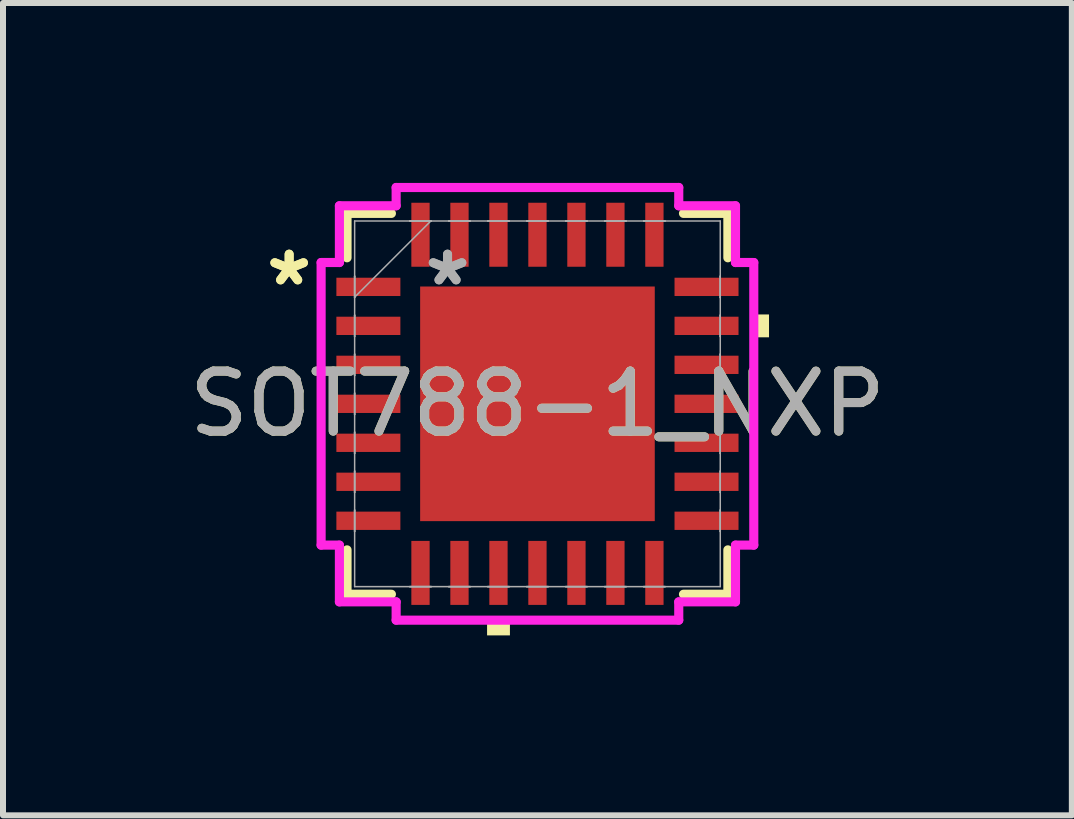
<source format=kicad_pcb>
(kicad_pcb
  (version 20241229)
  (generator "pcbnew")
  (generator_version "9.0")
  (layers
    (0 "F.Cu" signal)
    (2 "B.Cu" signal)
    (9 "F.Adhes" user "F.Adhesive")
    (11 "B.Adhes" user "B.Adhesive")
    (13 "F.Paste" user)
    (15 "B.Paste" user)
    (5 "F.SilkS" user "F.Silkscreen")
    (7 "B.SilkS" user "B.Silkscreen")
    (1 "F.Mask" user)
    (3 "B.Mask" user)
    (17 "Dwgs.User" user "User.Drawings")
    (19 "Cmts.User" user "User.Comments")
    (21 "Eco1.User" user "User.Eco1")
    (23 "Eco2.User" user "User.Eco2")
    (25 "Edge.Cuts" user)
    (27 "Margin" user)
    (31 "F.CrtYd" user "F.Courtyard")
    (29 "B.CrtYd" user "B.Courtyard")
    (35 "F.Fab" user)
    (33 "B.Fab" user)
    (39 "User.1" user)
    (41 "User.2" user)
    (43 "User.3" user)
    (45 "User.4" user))
  (footprint "SOT788-1_NXP"
    (layer "F.Cu")
    (at 5.911 3.683)
    (property "Reference" "SOT788-1_NXP" (at 0 0 0) (unlocked yes) (layer "F.SilkS") (effects (font (size 1 1) (thickness 0.15))))
    (attr smd)
    (fp_line (start -3.175 -3.175) (end -3.175 -2.435) (stroke (width 0.152) (type solid)) (layer "F.SilkS"))
    (fp_line (start -3.175 2.435) (end -3.175 3.175) (stroke (width 0.152) (type solid)) (layer "F.SilkS"))
    (fp_line (start -3.175 3.175) (end -2.435 3.175) (stroke (width 0.152) (type solid)) (layer "F.SilkS"))
    (fp_line (start -2.435 -3.175) (end -3.175 -3.175) (stroke (width 0.152) (type solid)) (layer "F.SilkS"))
    (fp_line (start 2.435 3.175) (end 3.175 3.175) (stroke (width 0.152) (type solid)) (layer "F.SilkS"))
    (fp_line (start 3.175 -3.175) (end 2.435 -3.175) (stroke (width 0.152) (type solid)) (layer "F.SilkS"))
    (fp_line (start 3.175 -2.435) (end 3.175 -3.175) (stroke (width 0.152) (type solid)) (layer "F.SilkS"))
    (fp_line (start 3.175 3.175) (end 3.175 2.435) (stroke (width 0.152) (type solid)) (layer "F.SilkS"))
    (fp_poly (pts (xy -0.84 3.607) (xy -0.84 3.861) (xy -0.459 3.861) (xy -0.459 3.607)) (stroke (width 0) (type solid)) (fill yes) (layer "F.SilkS"))
    (fp_poly (pts (xy 3.861 -1.49) (xy 3.861 -1.109) (xy 3.607 -1.109) (xy 3.607 -1.49)) (stroke (width 0) (type solid)) (fill yes) (layer "F.SilkS"))
    (fp_line (start -3.607 -2.356) (end -3.302 -2.356) (stroke (width 0.152) (type solid)) (layer "F.CrtYd"))
    (fp_line (start -3.607 2.356) (end -3.607 -2.356) (stroke (width 0.152) (type solid)) (layer "F.CrtYd"))
    (fp_line (start -3.302 -3.302) (end -2.356 -3.302) (stroke (width 0.152) (type solid)) (layer "F.CrtYd"))
    (fp_line (start -3.302 -2.356) (end -3.302 -3.302) (stroke (width 0.152) (type solid)) (layer "F.CrtYd"))
    (fp_line (start -3.302 2.356) (end -3.607 2.356) (stroke (width 0.152) (type solid)) (layer "F.CrtYd"))
    (fp_line (start -3.302 3.302) (end -3.302 2.356) (stroke (width 0.152) (type solid)) (layer "F.CrtYd"))
    (fp_line (start -2.356 -3.607) (end 2.356 -3.607) (stroke (width 0.152) (type solid)) (layer "F.CrtYd"))
    (fp_line (start -2.356 -3.302) (end -2.356 -3.607) (stroke (width 0.152) (type solid)) (layer "F.CrtYd"))
    (fp_line (start -2.356 3.302) (end -3.302 3.302) (stroke (width 0.152) (type solid)) (layer "F.CrtYd"))
    (fp_line (start -2.356 3.607) (end -2.356 3.302) (stroke (width 0.152) (type solid)) (layer "F.CrtYd"))
    (fp_line (start 2.356 -3.607) (end 2.356 -3.302) (stroke (width 0.152) (type solid)) (layer "F.CrtYd"))
    (fp_line (start 2.356 -3.302) (end 3.302 -3.302) (stroke (width 0.152) (type solid)) (layer "F.CrtYd"))
    (fp_line (start 2.356 3.302) (end 2.356 3.607) (stroke (width 0.152) (type solid)) (layer "F.CrtYd"))
    (fp_line (start 2.356 3.607) (end -2.356 3.607) (stroke (width 0.152) (type solid)) (layer "F.CrtYd"))
    (fp_line (start 3.302 -3.302) (end 3.302 -2.356) (stroke (width 0.152) (type solid)) (layer "F.CrtYd"))
    (fp_line (start 3.302 -2.356) (end 3.607 -2.356) (stroke (width 0.152) (type solid)) (layer "F.CrtYd"))
    (fp_line (start 3.302 2.356) (end 3.302 3.302) (stroke (width 0.152) (type solid)) (layer "F.CrtYd"))
    (fp_line (start 3.302 3.302) (end 2.356 3.302) (stroke (width 0.152) (type solid)) (layer "F.CrtYd"))
    (fp_line (start 3.607 -2.356) (end 3.607 2.356) (stroke (width 0.152) (type solid)) (layer "F.CrtYd"))
    (fp_line (start 3.607 2.356) (end 3.302 2.356) (stroke (width 0.152) (type solid)) (layer "F.CrtYd"))
    (fp_line (start -3.048 -3.048) (end -3.048 3.048) (stroke (width 0.025) (type solid)) (layer "F.Fab"))
    (fp_line (start -3.048 -2.128) (end -3.048 -2.128) (stroke (width 0.025) (type solid)) (layer "F.Fab"))
    (fp_line (start -3.048 -2.128) (end -3.048 -1.772) (stroke (width 0.025) (type solid)) (layer "F.Fab"))
    (fp_line (start -3.048 -1.778) (end -1.778 -3.048) (stroke (width 0.025) (type solid)) (layer "F.Fab"))
    (fp_line (start -3.048 -1.772) (end -3.048 -2.128) (stroke (width 0.025) (type solid)) (layer "F.Fab"))
    (fp_line (start -3.048 -1.772) (end -3.048 -1.772) (stroke (width 0.025) (type solid)) (layer "F.Fab"))
    (fp_line (start -3.048 -1.478) (end -3.048 -1.478) (stroke (width 0.025) (type solid)) (layer "F.Fab"))
    (fp_line (start -3.048 -1.478) (end -3.048 -1.122) (stroke (width 0.025) (type solid)) (layer "F.Fab"))
    (fp_line (start -3.048 -1.122) (end -3.048 -1.478) (stroke (width 0.025) (type solid)) (layer "F.Fab"))
    (fp_line (start -3.048 -1.122) (end -3.048 -1.122) (stroke (width 0.025) (type solid)) (layer "F.Fab"))
    (fp_line (start -3.048 -0.828) (end -3.048 -0.828) (stroke (width 0.025) (type solid)) (layer "F.Fab"))
    (fp_line (start -3.048 -0.828) (end -3.048 -0.472) (stroke (width 0.025) (type solid)) (layer "F.Fab"))
    (fp_line (start -3.048 -0.472) (end -3.048 -0.828) (stroke (width 0.025) (type solid)) (layer "F.Fab"))
    (fp_line (start -3.048 -0.472) (end -3.048 -0.472) (stroke (width 0.025) (type solid)) (layer "F.Fab"))
    (fp_line (start -3.048 -0.178) (end -3.048 -0.178) (stroke (width 0.025) (type solid)) (layer "F.Fab"))
    (fp_line (start -3.048 -0.178) (end -3.048 0.178) (stroke (width 0.025) (type solid)) (layer "F.Fab"))
    (fp_line (start -3.048 0.178) (end -3.048 -0.178) (stroke (width 0.025) (type solid)) (layer "F.Fab"))
    (fp_line (start -3.048 0.178) (end -3.048 0.178) (stroke (width 0.025) (type solid)) (layer "F.Fab"))
    (fp_line (start -3.048 0.472) (end -3.048 0.472) (stroke (width 0.025) (type solid)) (layer "F.Fab"))
    (fp_line (start -3.048 0.472) (end -3.048 0.828) (stroke (width 0.025) (type solid)) (layer "F.Fab"))
    (fp_line (start -3.048 0.828) (end -3.048 0.472) (stroke (width 0.025) (type solid)) (layer "F.Fab"))
    (fp_line (start -3.048 0.828) (end -3.048 0.828) (stroke (width 0.025) (type solid)) (layer "F.Fab"))
    (fp_line (start -3.048 1.122) (end -3.048 1.122) (stroke (width 0.025) (type solid)) (layer "F.Fab"))
    (fp_line (start -3.048 1.122) (end -3.048 1.478) (stroke (width 0.025) (type solid)) (layer "F.Fab"))
    (fp_line (start -3.048 1.478) (end -3.048 1.122) (stroke (width 0.025) (type solid)) (layer "F.Fab"))
    (fp_line (start -3.048 1.478) (end -3.048 1.478) (stroke (width 0.025) (type solid)) (layer "F.Fab"))
    (fp_line (start -3.048 1.772) (end -3.048 1.772) (stroke (width 0.025) (type solid)) (layer "F.Fab"))
    (fp_line (start -3.048 1.772) (end -3.048 2.128) (stroke (width 0.025) (type solid)) (layer "F.Fab"))
    (fp_line (start -3.048 2.128) (end -3.048 1.772) (stroke (width 0.025) (type solid)) (layer "F.Fab"))
    (fp_line (start -3.048 2.128) (end -3.048 2.128) (stroke (width 0.025) (type solid)) (layer "F.Fab"))
    (fp_line (start -3.048 3.048) (end 3.048 3.048) (stroke (width 0.025) (type solid)) (layer "F.Fab"))
    (fp_line (start -2.128 -3.048) (end -2.128 -3.048) (stroke (width 0.025) (type solid)) (layer "F.Fab"))
    (fp_line (start -2.128 -3.048) (end -1.772 -3.048) (stroke (width 0.025) (type solid)) (layer "F.Fab"))
    (fp_line (start -2.128 3.048) (end -2.128 3.048) (stroke (width 0.025) (type solid)) (layer "F.Fab"))
    (fp_line (start -2.128 3.048) (end -1.772 3.048) (stroke (width 0.025) (type solid)) (layer "F.Fab"))
    (fp_line (start -1.772 -3.048) (end -2.128 -3.048) (stroke (width 0.025) (type solid)) (layer "F.Fab"))
    (fp_line (start -1.772 -3.048) (end -1.772 -3.048) (stroke (width 0.025) (type solid)) (layer "F.Fab"))
    (fp_line (start -1.772 3.048) (end -2.128 3.048) (stroke (width 0.025) (type solid)) (layer "F.Fab"))
    (fp_line (start -1.772 3.048) (end -1.772 3.048) (stroke (width 0.025) (type solid)) (layer "F.Fab"))
    (fp_line (start -1.478 -3.048) (end -1.478 -3.048) (stroke (width 0.025) (type solid)) (layer "F.Fab"))
    (fp_line (start -1.478 -3.048) (end -1.122 -3.048) (stroke (width 0.025) (type solid)) (layer "F.Fab"))
    (fp_line (start -1.478 3.048) (end -1.478 3.048) (stroke (width 0.025) (type solid)) (layer "F.Fab"))
    (fp_line (start -1.478 3.048) (end -1.122 3.048) (stroke (width 0.025) (type solid)) (layer "F.Fab"))
    (fp_line (start -1.122 -3.048) (end -1.478 -3.048) (stroke (width 0.025) (type solid)) (layer "F.Fab"))
    (fp_line (start -1.122 -3.048) (end -1.122 -3.048) (stroke (width 0.025) (type solid)) (layer "F.Fab"))
    (fp_line (start -1.122 3.048) (end -1.478 3.048) (stroke (width 0.025) (type solid)) (layer "F.Fab"))
    (fp_line (start -1.122 3.048) (end -1.122 3.048) (stroke (width 0.025) (type solid)) (layer "F.Fab"))
    (fp_line (start -0.828 -3.048) (end -0.828 -3.048) (stroke (width 0.025) (type solid)) (layer "F.Fab"))
    (fp_line (start -0.828 -3.048) (end -0.472 -3.048) (stroke (width 0.025) (type solid)) (layer "F.Fab"))
    (fp_line (start -0.828 3.048) (end -0.828 3.048) (stroke (width 0.025) (type solid)) (layer "F.Fab"))
    (fp_line (start -0.828 3.048) (end -0.472 3.048) (stroke (width 0.025) (type solid)) (layer "F.Fab"))
    (fp_line (start -0.472 -3.048) (end -0.828 -3.048) (stroke (width 0.025) (type solid)) (layer "F.Fab"))
    (fp_line (start -0.472 -3.048) (end -0.472 -3.048) (stroke (width 0.025) (type solid)) (layer "F.Fab"))
    (fp_line (start -0.472 3.048) (end -0.828 3.048) (stroke (width 0.025) (type solid)) (layer "F.Fab"))
    (fp_line (start -0.472 3.048) (end -0.472 3.048) (stroke (width 0.025) (type solid)) (layer "F.Fab"))
    (fp_line (start -0.178 -3.048) (end -0.178 -3.048) (stroke (width 0.025) (type solid)) (layer "F.Fab"))
    (fp_line (start -0.178 -3.048) (end 0.178 -3.048) (stroke (width 0.025) (type solid)) (layer "F.Fab"))
    (fp_line (start -0.178 3.048) (end -0.178 3.048) (stroke (width 0.025) (type solid)) (layer "F.Fab"))
    (fp_line (start -0.178 3.048) (end 0.178 3.048) (stroke (width 0.025) (type solid)) (layer "F.Fab"))
    (fp_line (start 0.178 -3.048) (end -0.178 -3.048) (stroke (width 0.025) (type solid)) (layer "F.Fab"))
    (fp_line (start 0.178 -3.048) (end 0.178 -3.048) (stroke (width 0.025) (type solid)) (layer "F.Fab"))
    (fp_line (start 0.178 3.048) (end -0.178 3.048) (stroke (width 0.025) (type solid)) (layer "F.Fab"))
    (fp_line (start 0.178 3.048) (end 0.178 3.048) (stroke (width 0.025) (type solid)) (layer "F.Fab"))
    (fp_line (start 0.472 -3.048) (end 0.472 -3.048) (stroke (width 0.025) (type solid)) (layer "F.Fab"))
    (fp_line (start 0.472 -3.048) (end 0.828 -3.048) (stroke (width 0.025) (type solid)) (layer "F.Fab"))
    (fp_line (start 0.472 3.048) (end 0.472 3.048) (stroke (width 0.025) (type solid)) (layer "F.Fab"))
    (fp_line (start 0.472 3.048) (end 0.828 3.048) (stroke (width 0.025) (type solid)) (layer "F.Fab"))
    (fp_line (start 0.828 -3.048) (end 0.472 -3.048) (stroke (width 0.025) (type solid)) (layer "F.Fab"))
    (fp_line (start 0.828 -3.048) (end 0.828 -3.048) (stroke (width 0.025) (type solid)) (layer "F.Fab"))
    (fp_line (start 0.828 3.048) (end 0.472 3.048) (stroke (width 0.025) (type solid)) (layer "F.Fab"))
    (fp_line (start 0.828 3.048) (end 0.828 3.048) (stroke (width 0.025) (type solid)) (layer "F.Fab"))
    (fp_line (start 1.122 -3.048) (end 1.122 -3.048) (stroke (width 0.025) (type solid)) (layer "F.Fab"))
    (fp_line (start 1.122 -3.048) (end 1.478 -3.048) (stroke (width 0.025) (type solid)) (layer "F.Fab"))
    (fp_line (start 1.122 3.048) (end 1.122 3.048) (stroke (width 0.025) (type solid)) (layer "F.Fab"))
    (fp_line (start 1.122 3.048) (end 1.478 3.048) (stroke (width 0.025) (type solid)) (layer "F.Fab"))
    (fp_line (start 1.478 -3.048) (end 1.122 -3.048) (stroke (width 0.025) (type solid)) (layer "F.Fab"))
    (fp_line (start 1.478 -3.048) (end 1.478 -3.048) (stroke (width 0.025) (type solid)) (layer "F.Fab"))
    (fp_line (start 1.478 3.048) (end 1.122 3.048) (stroke (width 0.025) (type solid)) (layer "F.Fab"))
    (fp_line (start 1.478 3.048) (end 1.478 3.048) (stroke (width 0.025) (type solid)) (layer "F.Fab"))
    (fp_line (start 1.772 -3.048) (end 1.772 -3.048) (stroke (width 0.025) (type solid)) (layer "F.Fab"))
    (fp_line (start 1.772 -3.048) (end 2.128 -3.048) (stroke (width 0.025) (type solid)) (layer "F.Fab"))
    (fp_line (start 1.772 3.048) (end 1.772 3.048) (stroke (width 0.025) (type solid)) (layer "F.Fab"))
    (fp_line (start 1.772 3.048) (end 2.128 3.048) (stroke (width 0.025) (type solid)) (layer "F.Fab"))
    (fp_line (start 2.128 -3.048) (end 1.772 -3.048) (stroke (width 0.025) (type solid)) (layer "F.Fab"))
    (fp_line (start 2.128 -3.048) (end 2.128 -3.048) (stroke (width 0.025) (type solid)) (layer "F.Fab"))
    (fp_line (start 2.128 3.048) (end 1.772 3.048) (stroke (width 0.025) (type solid)) (layer "F.Fab"))
    (fp_line (start 2.128 3.048) (end 2.128 3.048) (stroke (width 0.025) (type solid)) (layer "F.Fab"))
    (fp_line (start 3.048 -3.048) (end -3.048 -3.048) (stroke (width 0.025) (type solid)) (layer "F.Fab"))
    (fp_line (start 3.048 -2.128) (end 3.048 -2.128) (stroke (width 0.025) (type solid)) (layer "F.Fab"))
    (fp_line (start 3.048 -2.128) (end 3.048 -1.772) (stroke (width 0.025) (type solid)) (layer "F.Fab"))
    (fp_line (start 3.048 -1.772) (end 3.048 -2.128) (stroke (width 0.025) (type solid)) (layer "F.Fab"))
    (fp_line (start 3.048 -1.772) (end 3.048 -1.772) (stroke (width 0.025) (type solid)) (layer "F.Fab"))
    (fp_line (start 3.048 -1.478) (end 3.048 -1.478) (stroke (width 0.025) (type solid)) (layer "F.Fab"))
    (fp_line (start 3.048 -1.478) (end 3.048 -1.122) (stroke (width 0.025) (type solid)) (layer "F.Fab"))
    (fp_line (start 3.048 -1.122) (end 3.048 -1.478) (stroke (width 0.025) (type solid)) (layer "F.Fab"))
    (fp_line (start 3.048 -1.122) (end 3.048 -1.122) (stroke (width 0.025) (type solid)) (layer "F.Fab"))
    (fp_line (start 3.048 -0.828) (end 3.048 -0.828) (stroke (width 0.025) (type solid)) (layer "F.Fab"))
    (fp_line (start 3.048 -0.828) (end 3.048 -0.472) (stroke (width 0.025) (type solid)) (layer "F.Fab"))
    (fp_line (start 3.048 -0.472) (end 3.048 -0.828) (stroke (width 0.025) (type solid)) (layer "F.Fab"))
    (fp_line (start 3.048 -0.472) (end 3.048 -0.472) (stroke (width 0.025) (type solid)) (layer "F.Fab"))
    (fp_line (start 3.048 -0.178) (end 3.048 -0.178) (stroke (width 0.025) (type solid)) (layer "F.Fab"))
    (fp_line (start 3.048 -0.178) (end 3.048 0.178) (stroke (width 0.025) (type solid)) (layer "F.Fab"))
    (fp_line (start 3.048 0.178) (end 3.048 -0.178) (stroke (width 0.025) (type solid)) (layer "F.Fab"))
    (fp_line (start 3.048 0.178) (end 3.048 0.178) (stroke (width 0.025) (type solid)) (layer "F.Fab"))
    (fp_line (start 3.048 0.472) (end 3.048 0.472) (stroke (width 0.025) (type solid)) (layer "F.Fab"))
    (fp_line (start 3.048 0.472) (end 3.048 0.828) (stroke (width 0.025) (type solid)) (layer "F.Fab"))
    (fp_line (start 3.048 0.828) (end 3.048 0.472) (stroke (width 0.025) (type solid)) (layer "F.Fab"))
    (fp_line (start 3.048 0.828) (end 3.048 0.828) (stroke (width 0.025) (type solid)) (layer "F.Fab"))
    (fp_line (start 3.048 1.122) (end 3.048 1.122) (stroke (width 0.025) (type solid)) (layer "F.Fab"))
    (fp_line (start 3.048 1.122) (end 3.048 1.478) (stroke (width 0.025) (type solid)) (layer "F.Fab"))
    (fp_line (start 3.048 1.478) (end 3.048 1.122) (stroke (width 0.025) (type solid)) (layer "F.Fab"))
    (fp_line (start 3.048 1.478) (end 3.048 1.478) (stroke (width 0.025) (type solid)) (layer "F.Fab"))
    (fp_line (start 3.048 1.772) (end 3.048 1.772) (stroke (width 0.025) (type solid)) (layer "F.Fab"))
    (fp_line (start 3.048 1.772) (end 3.048 2.128) (stroke (width 0.025) (type solid)) (layer "F.Fab"))
    (fp_line (start 3.048 2.128) (end 3.048 1.772) (stroke (width 0.025) (type solid)) (layer "F.Fab"))
    (fp_line (start 3.048 2.128) (end 3.048 2.128) (stroke (width 0.025) (type solid)) (layer "F.Fab"))
    (fp_line (start 3.048 3.048) (end 3.048 -3.048) (stroke (width 0.025) (type solid)) (layer "F.Fab"))
    (fp_text user "*" (at -4.14 -1.95 0) (unlocked yes) (layer "F.SilkS") (effects (font (size 1 1) (thickness 0.15))))
    (fp_text user "*" (at -4.14 -1.95 0) (layer "F.SilkS") (effects (font (size 1 1) (thickness 0.15))))
    (fp_text user "*" (at -1.499 -1.95 0) (unlocked yes) (layer "F.Fab") (effects (font (size 1 1) (thickness 0.15))))
    (fp_text user "*" (at -1.499 -1.95 0) (layer "F.Fab") (effects (font (size 1 1) (thickness 0.15))))
    (fp_text user "${REFERENCE}" (at 0 0 0) (unlocked yes) (layer "F.Fab") (effects (font (size 1 1) (thickness 0.15))))
    (pad "1" smd rect (at -2.819 -1.95 90) (size 0.305 1.067) (layers "F.Cu" "F.Mask" "F.Paste"))
    (pad "2" smd rect (at -2.819 -1.3 90) (size 0.305 1.067) (layers "F.Cu" "F.Mask" "F.Paste"))
    (pad "3" smd rect (at -2.819 -0.65 90) (size 0.305 1.067) (layers "F.Cu" "F.Mask" "F.Paste"))
    (pad "4" smd rect (at -2.819 0 90) (size 0.305 1.067) (layers "F.Cu" "F.Mask" "F.Paste"))
    (pad "5" smd rect (at -2.819 0.65 90) (size 0.305 1.067) (layers "F.Cu" "F.Mask" "F.Paste"))
    (pad "6" smd rect (at -2.819 1.3 90) (size 0.305 1.067) (layers "F.Cu" "F.Mask" "F.Paste"))
    (pad "7" smd rect (at -2.819 1.95 90) (size 0.305 1.067) (layers "F.Cu" "F.Mask" "F.Paste"))
    (pad "8" smd rect (at -1.95 2.819) (size 0.305 1.067) (layers "F.Cu" "F.Mask" "F.Paste"))
    (pad "9" smd rect (at -1.3 2.819) (size 0.305 1.067) (layers "F.Cu" "F.Mask" "F.Paste"))
    (pad "10" smd rect (at -0.65 2.819) (size 0.305 1.067) (layers "F.Cu" "F.Mask" "F.Paste"))
    (pad "11" smd rect (at 0 2.819) (size 0.305 1.067) (layers "F.Cu" "F.Mask" "F.Paste"))
    (pad "12" smd rect (at 0.65 2.819) (size 0.305 1.067) (layers "F.Cu" "F.Mask" "F.Paste"))
    (pad "13" smd rect (at 1.3 2.819) (size 0.305 1.067) (layers "F.Cu" "F.Mask" "F.Paste"))
    (pad "14" smd rect (at 1.95 2.819) (size 0.305 1.067) (layers "F.Cu" "F.Mask" "F.Paste"))
    (pad "15" smd rect (at 2.819 1.95 90) (size 0.305 1.067) (layers "F.Cu" "F.Mask" "F.Paste"))
    (pad "16" smd rect (at 2.819 1.3 90) (size 0.305 1.067) (layers "F.Cu" "F.Mask" "F.Paste"))
    (pad "17" smd rect (at 2.819 0.65 90) (size 0.305 1.067) (layers "F.Cu" "F.Mask" "F.Paste"))
    (pad "18" smd rect (at 2.819 0 90) (size 0.305 1.067) (layers "F.Cu" "F.Mask" "F.Paste"))
    (pad "19" smd rect (at 2.819 -0.65 90) (size 0.305 1.067) (layers "F.Cu" "F.Mask" "F.Paste"))
    (pad "20" smd rect (at 2.819 -1.3 90) (size 0.305 1.067) (layers "F.Cu" "F.Mask" "F.Paste"))
    (pad "21" smd rect (at 2.819 -1.95 90) (size 0.305 1.067) (layers "F.Cu" "F.Mask" "F.Paste"))
    (pad "22" smd rect (at 1.95 -2.819) (size 0.305 1.067) (layers "F.Cu" "F.Mask" "F.Paste"))
    (pad "23" smd rect (at 1.3 -2.819) (size 0.305 1.067) (layers "F.Cu" "F.Mask" "F.Paste"))
    (pad "24" smd rect (at 0.65 -2.819) (size 0.305 1.067) (layers "F.Cu" "F.Mask" "F.Paste"))
    (pad "25" smd rect (at 0 -2.819) (size 0.305 1.067) (layers "F.Cu" "F.Mask" "F.Paste"))
    (pad "26" smd rect (at -0.65 -2.819) (size 0.305 1.067) (layers "F.Cu" "F.Mask" "F.Paste"))
    (pad "27" smd rect (at -1.3 -2.819) (size 0.305 1.067) (layers "F.Cu" "F.Mask" "F.Paste"))
    (pad "28" smd rect (at -1.95 -2.819) (size 0.305 1.067) (layers "F.Cu" "F.Mask" "F.Paste"))
    (pad "29" smd rect (at 0 0) (size 3.912 3.912) (layers "F.Cu" "F.Mask" "F.Paste")))
  (gr_rect
    (start -3 -3)
    (end 14.821 10.544)
    (stroke (width 0.1) (type default))
    (fill no)
    (layer "Edge.Cuts")))
</source>
